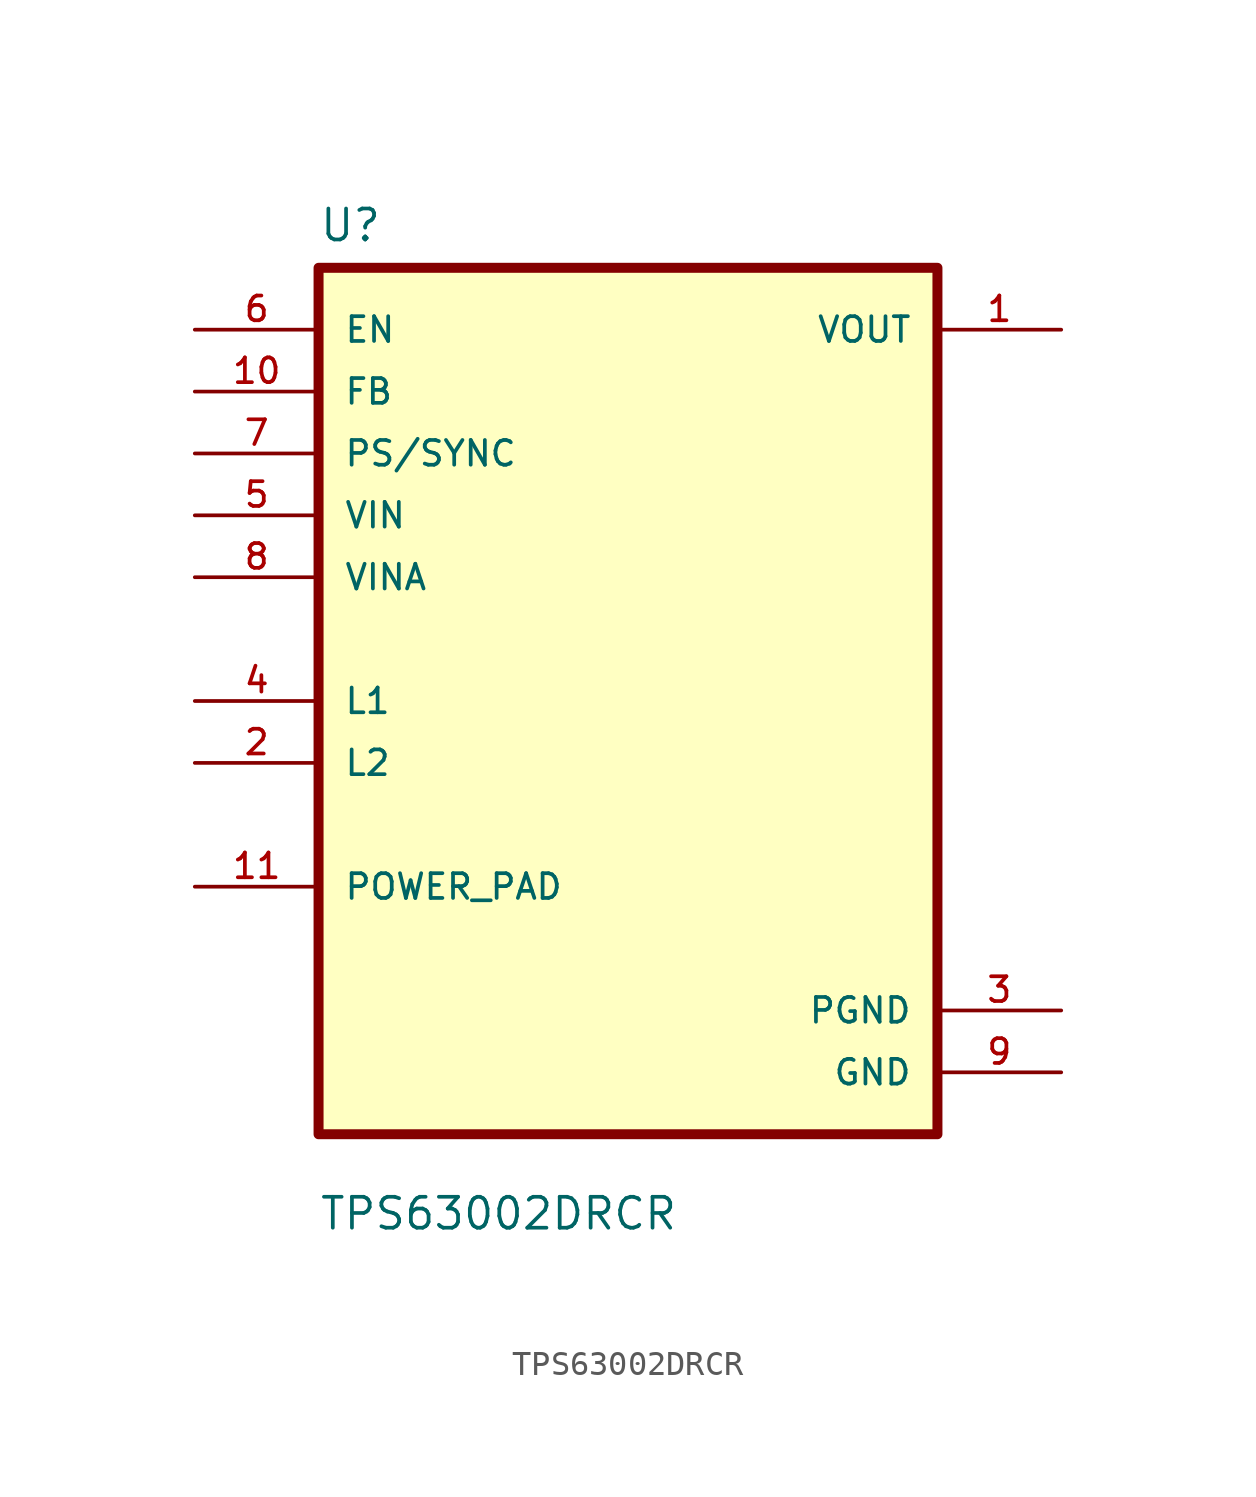
<source format=kicad_sym>
(kicad_symbol_lib
  (version 20211014)
  (generator kicad_symbol_editor)
  (symbol "TPS63002DRCR"
    (pin_names
      (offset 1.016))
    (property "Reference" "U"
      (at -12.7 18.78 0.0)
      (effects (font (size 1.27 1.27)) (justify bottom left)))
    (property "Value" "TPS63002DRCR"
      (at -12.7 -21.78 0.0)
      (effects (font (size 1.27 1.27)) (justify bottom left)))
    (symbol "TPS63002DRCR_0_0"
      (rectangle (start -12.7 -17.78) (end 12.7 17.78) (stroke (width 0.41)) (fill (type background)))
      (pin input line (at -17.78 15.24 0) (length 5.08) (name "EN" (effects (font (size 1.016 1.016)))) (number "6" (effects (font (size 1.016 1.016)))))
      (pin input line (at -17.78 12.7 0) (length 5.08) (name "FB" (effects (font (size 1.016 1.016)))) (number "10" (effects (font (size 1.016 1.016)))))
      (pin input line (at -17.78 10.16 0) (length 5.08) (name "PS/SYNC" (effects (font (size 1.016 1.016)))) (number "7" (effects (font (size 1.016 1.016)))))
      (pin input line (at -17.78 7.62 0) (length 5.08) (name "VIN" (effects (font (size 1.016 1.016)))) (number "5" (effects (font (size 1.016 1.016)))))
      (pin input line (at -17.78 5.08 0) (length 5.08) (name "VINA" (effects (font (size 1.016 1.016)))) (number "8" (effects (font (size 1.016 1.016)))))
      (pin bidirectional line (at -17.78 3.55271e-15 0) (length 5.08) (name "L1" (effects (font (size 1.016 1.016)))) (number "4" (effects (font (size 1.016 1.016)))))
      (pin bidirectional line (at -17.78 -2.54 0) (length 5.08) (name "L2" (effects (font (size 1.016 1.016)))) (number "2" (effects (font (size 1.016 1.016)))))
      (pin bidirectional line (at -17.78 -7.62 0) (length 5.08) (name "POWER_PAD" (effects (font (size 1.016 1.016)))) (number "11" (effects (font (size 1.016 1.016)))))
      (pin output line (at 17.78 15.24 180.0) (length 5.08) (name "VOUT" (effects (font (size 1.016 1.016)))) (number "1" (effects (font (size 1.016 1.016)))))
      (pin power_in line (at 17.78 -12.7 180.0) (length 5.08) (name "PGND" (effects (font (size 1.016 1.016)))) (number "3" (effects (font (size 1.016 1.016)))))
      (pin power_in line (at 17.78 -15.24 180.0) (length 5.08) (name "GND" (effects (font (size 1.016 1.016)))) (number "9" (effects (font (size 1.016 1.016))))))))
</source>
